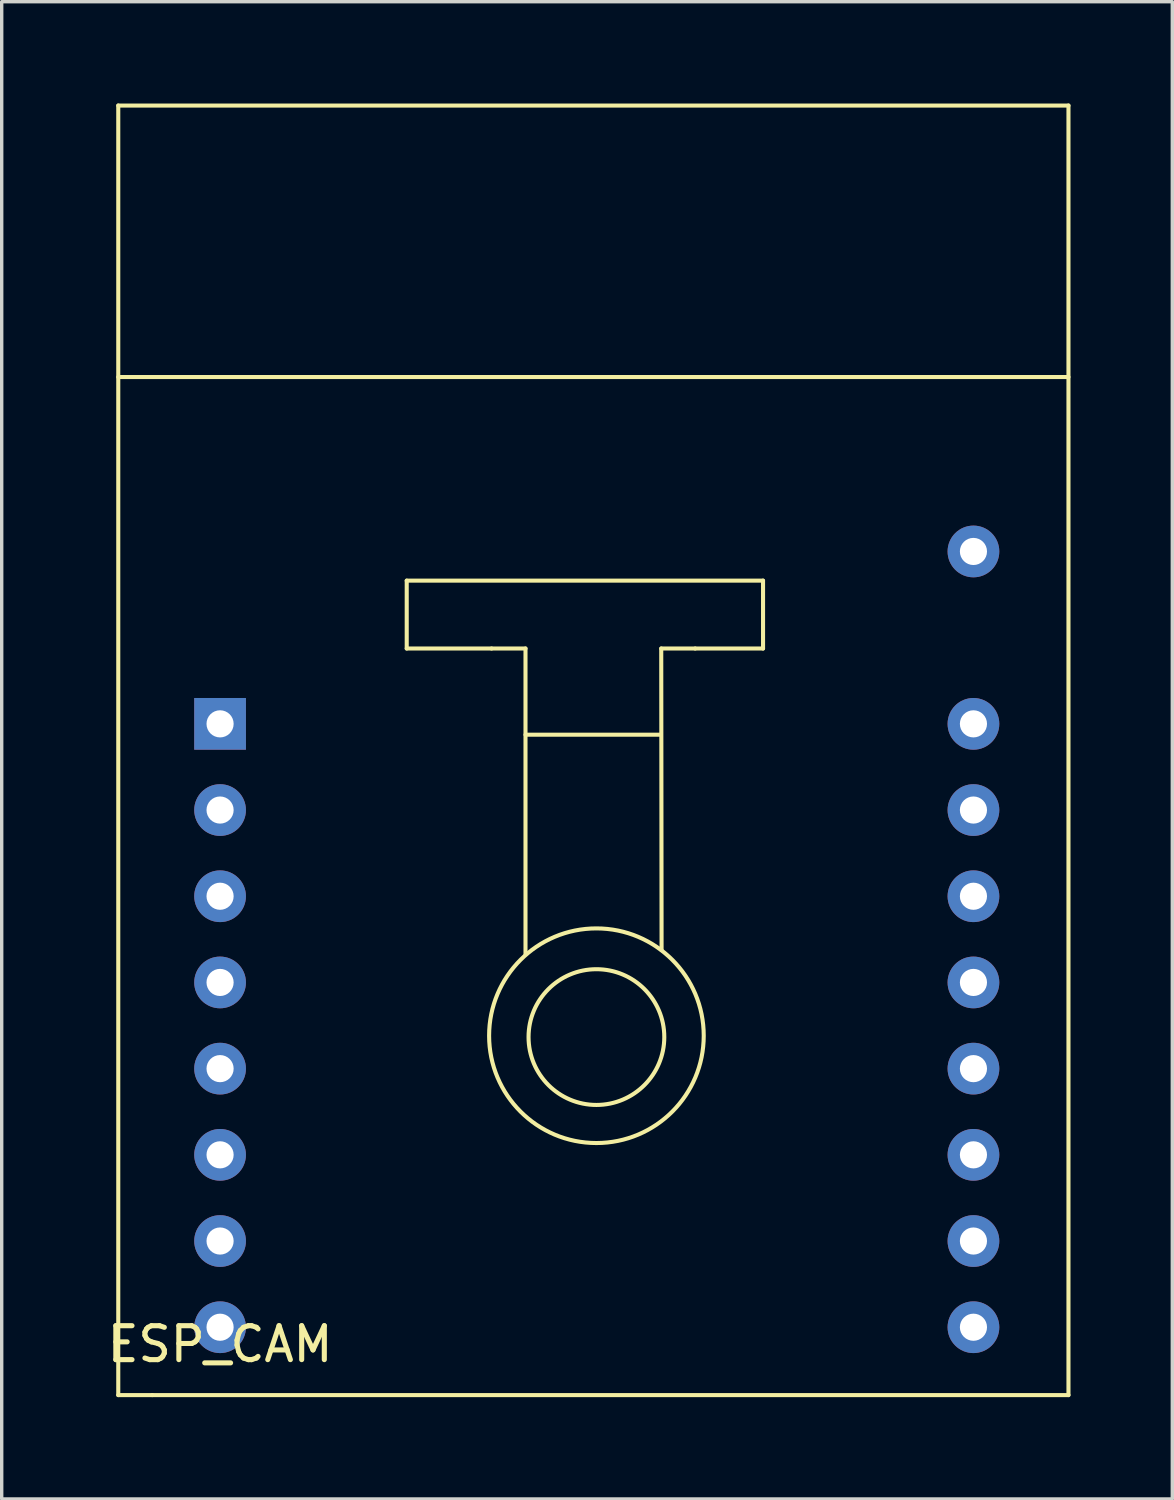
<source format=kicad_pcb>
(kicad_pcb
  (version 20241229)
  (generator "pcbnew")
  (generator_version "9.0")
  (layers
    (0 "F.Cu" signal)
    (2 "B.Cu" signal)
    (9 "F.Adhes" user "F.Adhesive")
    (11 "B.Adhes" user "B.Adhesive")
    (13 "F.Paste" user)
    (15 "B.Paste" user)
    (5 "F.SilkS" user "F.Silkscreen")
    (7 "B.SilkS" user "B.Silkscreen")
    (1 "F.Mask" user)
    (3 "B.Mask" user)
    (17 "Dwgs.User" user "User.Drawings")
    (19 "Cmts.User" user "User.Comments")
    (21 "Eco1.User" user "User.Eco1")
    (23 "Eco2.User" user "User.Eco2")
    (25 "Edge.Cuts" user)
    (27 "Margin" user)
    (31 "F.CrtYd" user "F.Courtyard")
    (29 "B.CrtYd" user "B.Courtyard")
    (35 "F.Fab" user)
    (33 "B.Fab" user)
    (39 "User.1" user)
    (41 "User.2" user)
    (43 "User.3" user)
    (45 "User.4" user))
  (footprint "ESP_CAM"
    (layer "F.Cu")
    (at 3.435 36.06)
    (property "Reference" "ESP_CAM" (at 0 0.5 0) (layer "F.SilkS") (effects (font (size 1 1) (thickness 0.15))))
    (attr through_hole)
    (fp_line (start -3 -36) (end -3 2) (stroke (width 0.12) (type solid)) (layer "F.SilkS"))
    (fp_line (start -3 -28) (end 25 -28) (stroke (width 0.12) (type solid)) (layer "F.SilkS"))
    (fp_line (start -3 2) (end -2 2) (stroke (width 0.12) (type solid)) (layer "F.SilkS"))
    (fp_line (start -2 2) (end 25 2) (stroke (width 0.12) (type solid)) (layer "F.SilkS"))
    (fp_line (start 5.5 -22) (end 5.5 -20) (stroke (width 0.12) (type solid)) (layer "F.SilkS"))
    (fp_line (start 5.5 -22) (end 16 -22) (stroke (width 0.12) (type solid)) (layer "F.SilkS"))
    (fp_line (start 5.5 -20) (end 8 -20) (stroke (width 0.12) (type solid)) (layer "F.SilkS"))
    (fp_line (start 8 -20) (end 9 -20) (stroke (width 0.12) (type solid)) (layer "F.SilkS"))
    (fp_line (start 9 -20) (end 9 -11) (stroke (width 0.12) (type solid)) (layer "F.SilkS"))
    (fp_line (start 9 -17.46) (end 12.99 -17.46) (stroke (width 0.12) (type solid)) (layer "F.SilkS"))
    (fp_line (start 13 -20) (end 13.01 -11.11) (stroke (width 0.12) (type solid)) (layer "F.SilkS"))
    (fp_line (start 14 -20) (end 13 -20) (stroke (width 0.12) (type solid)) (layer "F.SilkS"))
    (fp_line (start 16 -22) (end 16 -20) (stroke (width 0.12) (type solid)) (layer "F.SilkS"))
    (fp_line (start 16 -20) (end 14 -20) (stroke (width 0.12) (type solid)) (layer "F.SilkS"))
    (fp_line (start 25 -36) (end -3 -36) (stroke (width 0.12) (type solid)) (layer "F.SilkS"))
    (fp_line (start 25 2) (end 25 -36) (stroke (width 0.12) (type solid)) (layer "F.SilkS"))
    (fp_circle (center 11.09 -8.59) (end 14.09 -9.59) (stroke (width 0.12) (type solid)) (fill no) (layer "F.SilkS"))
    (fp_circle (center 11.09 -8.55) (end 11.09 -6.55) (stroke (width 0.12) (type solid)) (fill no) (layer "F.SilkS"))
    (pad "1" thru_hole rect (at 0 -17.78) (size 1.524 1.524) (drill 0.8) (layers "*.Cu" "*.Mask"))
    (pad "2" thru_hole circle (at 0 -15.24) (size 1.524 1.524) (drill 0.8) (layers "*.Cu" "*.Mask"))
    (pad "3" thru_hole circle (at 0 -12.7) (size 1.524 1.524) (drill 0.8) (layers "*.Cu" "*.Mask"))
    (pad "4" thru_hole circle (at 0 -10.16) (size 1.524 1.524) (drill 0.8) (layers "*.Cu" "*.Mask"))
    (pad "5" thru_hole circle (at 0 -7.62) (size 1.524 1.524) (drill 0.8) (layers "*.Cu" "*.Mask"))
    (pad "6" thru_hole circle (at 0 -5.08) (size 1.524 1.524) (drill 0.8) (layers "*.Cu" "*.Mask"))
    (pad "7" thru_hole circle (at 0 -2.54) (size 1.524 1.524) (drill 0.8) (layers "*.Cu" "*.Mask"))
    (pad "8" thru_hole circle (at 0 0) (size 1.524 1.524) (drill 0.8) (layers "*.Cu" "*.Mask"))
    (pad "9" thru_hole circle (at 22.2 0) (size 1.524 1.524) (drill 0.8) (layers "*.Cu" "*.Mask"))
    (pad "10" thru_hole circle (at 22.2 -2.54) (size 1.524 1.524) (drill 0.8) (layers "*.Cu" "*.Mask"))
    (pad "11" thru_hole circle (at 22.2 -5.08) (size 1.524 1.524) (drill 0.8) (layers "*.Cu" "*.Mask"))
    (pad "12" thru_hole circle (at 22.2 -7.62) (size 1.524 1.524) (drill 0.8) (layers "*.Cu" "*.Mask"))
    (pad "13" thru_hole circle (at 22.2 -10.16) (size 1.524 1.524) (drill 0.8) (layers "*.Cu" "*.Mask"))
    (pad "14" thru_hole circle (at 22.2 -12.7) (size 1.524 1.524) (drill 0.8) (layers "*.Cu" "*.Mask"))
    (pad "15" thru_hole circle (at 22.2 -15.24) (size 1.524 1.524) (drill 0.8) (layers "*.Cu" "*.Mask"))
    (pad "16" thru_hole circle (at 22.2 -17.78) (size 1.524 1.524) (drill 0.8) (layers "*.Cu" "*.Mask"))
    (pad "17" thru_hole circle (at 22.2 -22.86) (size 1.524 1.524) (drill 0.8) (layers "*.Cu" "*.Mask")))
  (gr_rect
    (start -3 -3)
    (end 31.495 41.12)
    (stroke (width 0.1) (type default))
    (fill no)
    (layer "Edge.Cuts")))
</source>
